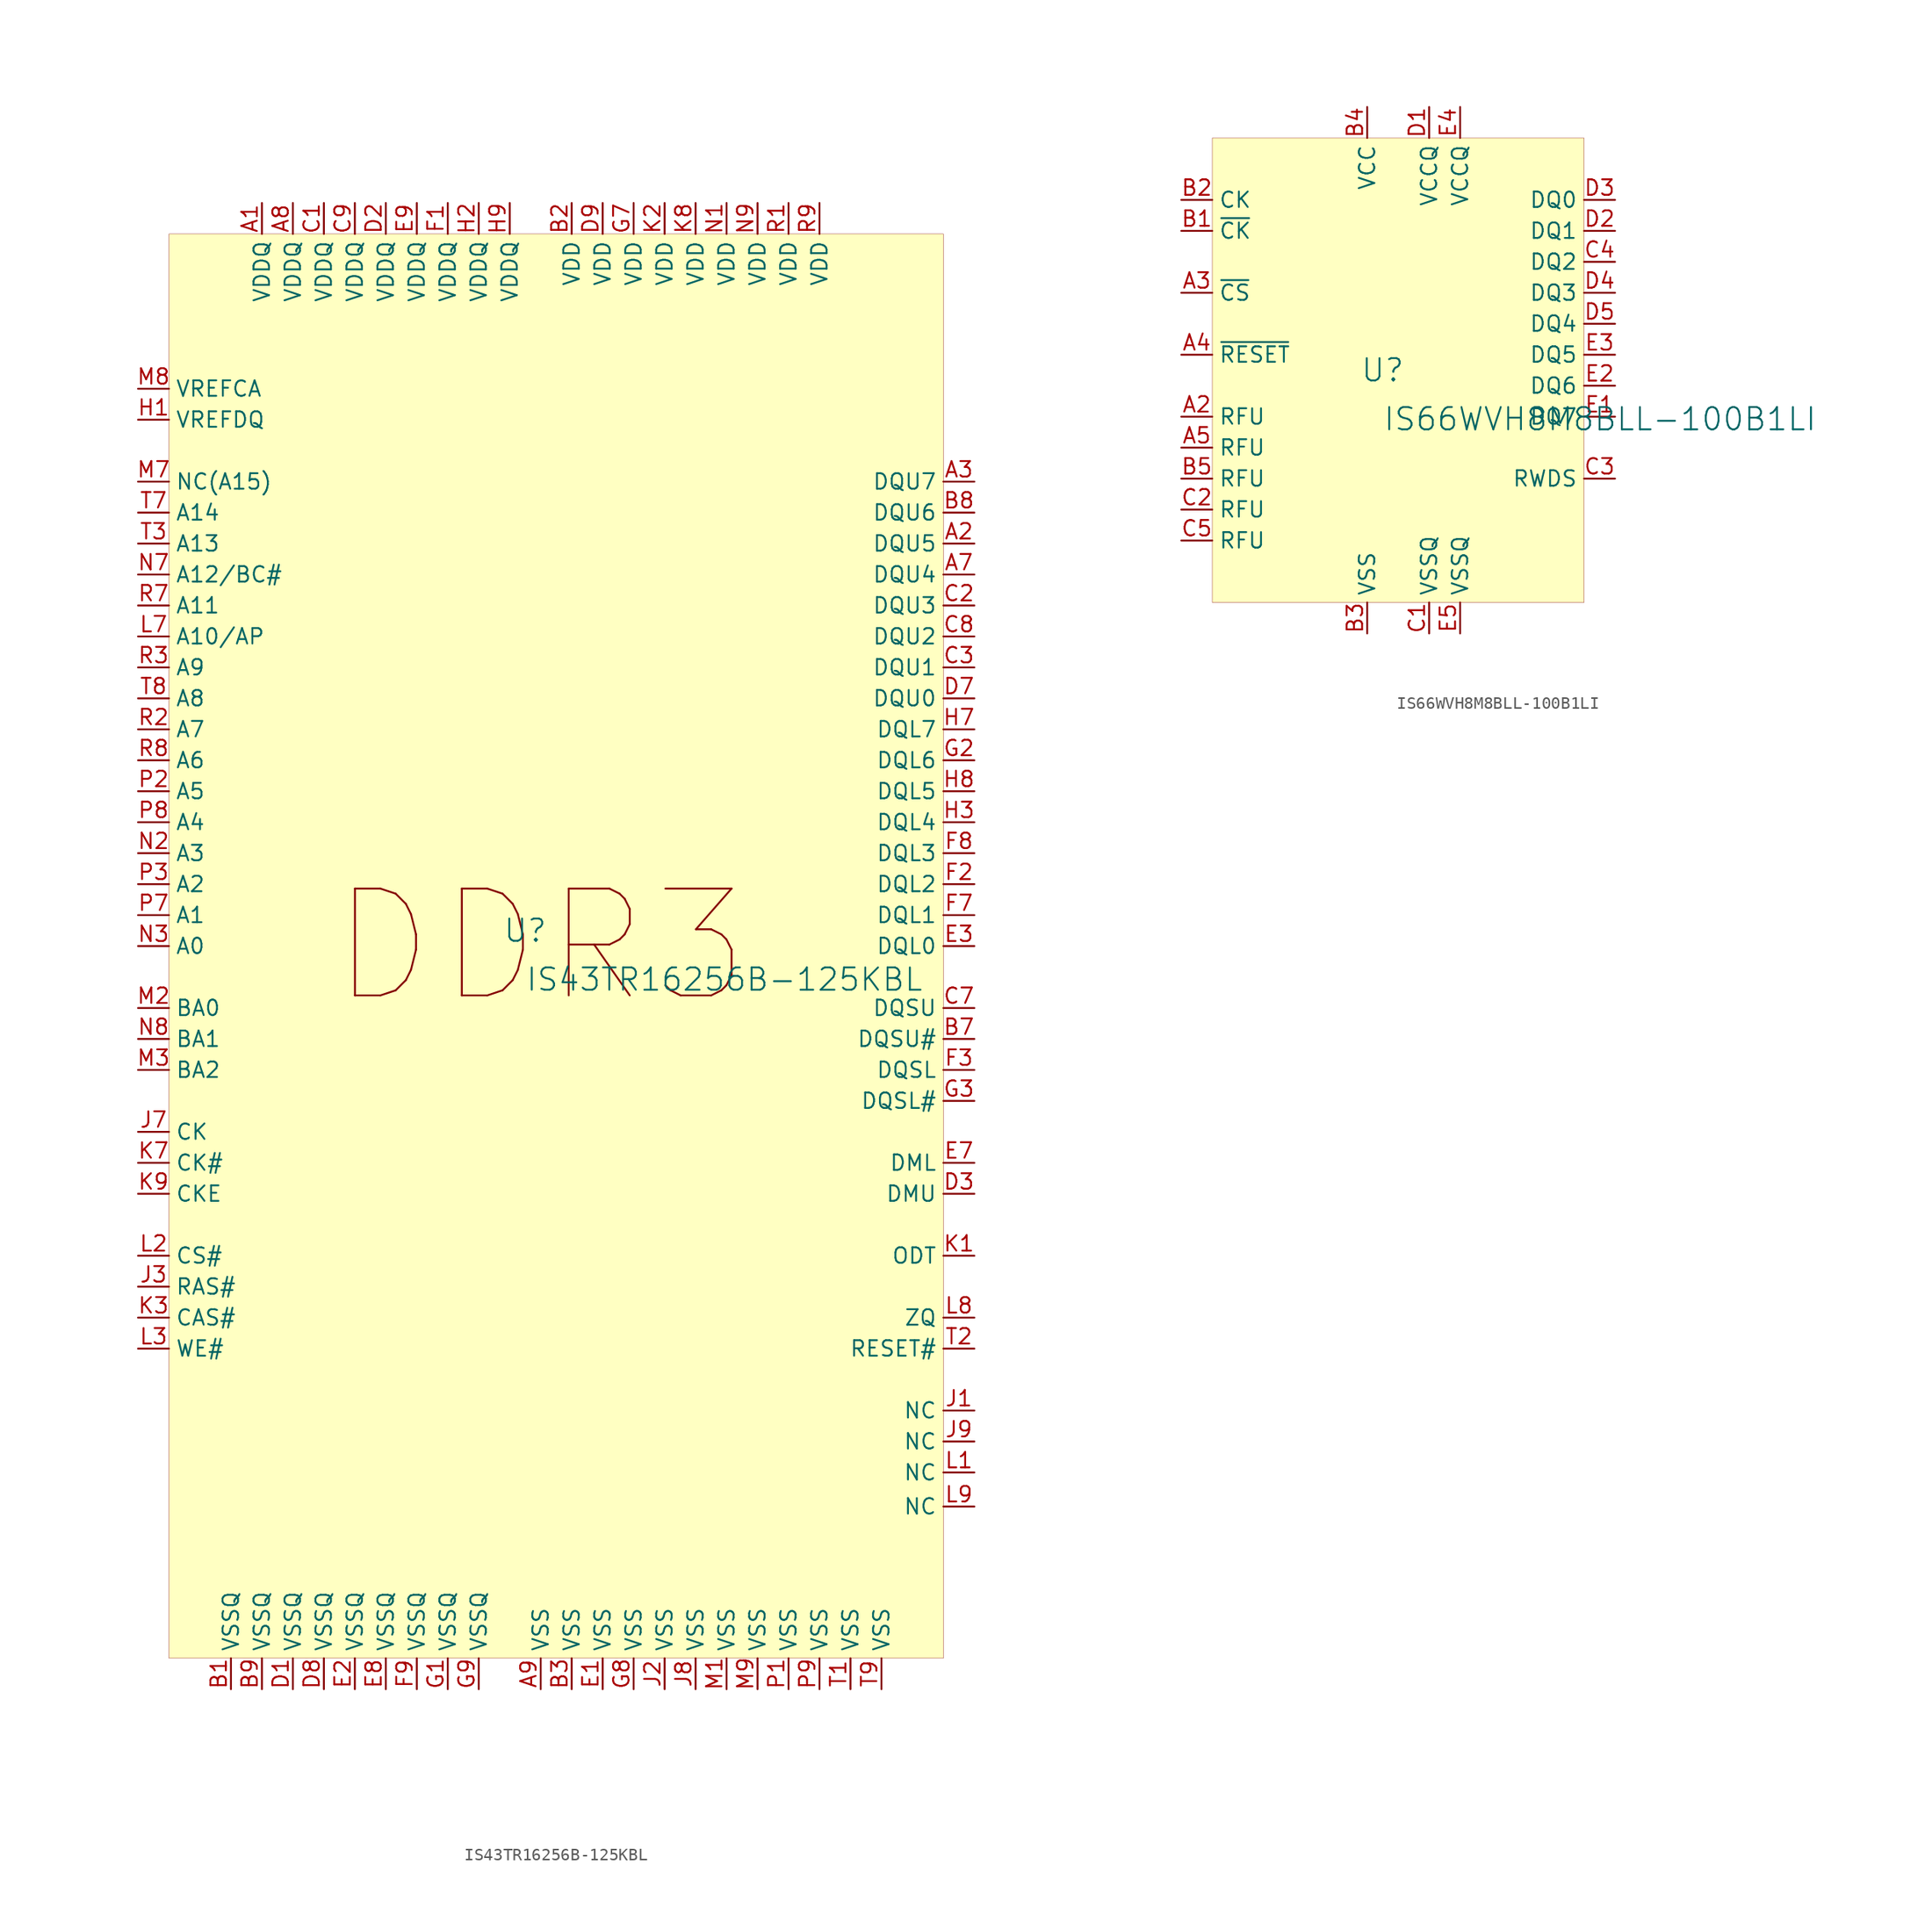
<source format=kicad_sym>
(kicad_symbol_lib
  (version 20231120)
  (generator "kicad_symbol_editor")
  (generator_version "8.0")
  (symbol "IS43TR16256B-125KBL"
    (property "Reference" "U"
      (at -1.27 1.27 0)
      (effects (font (size 1.829 1.829))))
    (property "Value" "IS43TR16256B-125KBL"
      (at -1.27 -3.81 0)
      (effects (font (size 1.829 1.829)) (justify left bottom)))
    (symbol "IS43TR16256B-125KBL_1_0"
      (rectangle (start 33.02 58.42) (end -30.48 -58.42) (stroke (width 0.025) (type solid) (color 128 0 0 1)) (fill (type background)))
      (text "DDR3" (at 0 0 0) (effects (font (size 8.763 8.763))))
      (pin passive line (at -22.86 60.96 270) (length 2.54) (name "VDDQ" (effects (font (size 1.27 1.27)))) (number "A1" (effects (font (size 1.27 1.27)))))
      (pin passive line (at 35.56 33.02 180) (length 2.54) (name "DQU5" (effects (font (size 1.27 1.27)))) (number "A2" (effects (font (size 1.27 1.27)))))
      (pin passive line (at 35.56 38.1 180) (length 2.54) (name "DQU7" (effects (font (size 1.27 1.27)))) (number "A3" (effects (font (size 1.27 1.27)))))
      (pin passive line (at 35.56 30.48 180) (length 2.54) (name "DQU4" (effects (font (size 1.27 1.27)))) (number "A7" (effects (font (size 1.27 1.27)))))
      (pin passive line (at -20.32 60.96 270) (length 2.54) (name "VDDQ" (effects (font (size 1.27 1.27)))) (number "A8" (effects (font (size 1.27 1.27)))))
      (pin passive line (at 0 -60.96 90) (length 2.54) (name "VSS" (effects (font (size 1.27 1.27)))) (number "A9" (effects (font (size 1.27 1.27)))))
      (pin passive line (at -25.4 -60.96 90) (length 2.54) (name "VSSQ" (effects (font (size 1.27 1.27)))) (number "B1" (effects (font (size 1.27 1.27)))))
      (pin passive line (at 2.54 60.96 270) (length 2.54) (name "VDD" (effects (font (size 1.27 1.27)))) (number "B2" (effects (font (size 1.27 1.27)))))
      (pin passive line (at 2.54 -60.96 90) (length 2.54) (name "VSS" (effects (font (size 1.27 1.27)))) (number "B3" (effects (font (size 1.27 1.27)))))
      (pin passive line (at 35.56 -7.62 180) (length 2.54) (name "DQSU#" (effects (font (size 1.27 1.27)))) (number "B7" (effects (font (size 1.27 1.27)))))
      (pin passive line (at 35.56 35.56 180) (length 2.54) (name "DQU6" (effects (font (size 1.27 1.27)))) (number "B8" (effects (font (size 1.27 1.27)))))
      (pin passive line (at -22.86 -60.96 90) (length 2.54) (name "VSSQ" (effects (font (size 1.27 1.27)))) (number "B9" (effects (font (size 1.27 1.27)))))
      (pin passive line (at -17.78 60.96 270) (length 2.54) (name "VDDQ" (effects (font (size 1.27 1.27)))) (number "C1" (effects (font (size 1.27 1.27)))))
      (pin passive line (at 35.56 27.94 180) (length 2.54) (name "DQU3" (effects (font (size 1.27 1.27)))) (number "C2" (effects (font (size 1.27 1.27)))))
      (pin passive line (at 35.56 22.86 180) (length 2.54) (name "DQU1" (effects (font (size 1.27 1.27)))) (number "C3" (effects (font (size 1.27 1.27)))))
      (pin passive line (at 35.56 -5.08 180) (length 2.54) (name "DQSU" (effects (font (size 1.27 1.27)))) (number "C7" (effects (font (size 1.27 1.27)))))
      (pin passive line (at 35.56 25.4 180) (length 2.54) (name "DQU2" (effects (font (size 1.27 1.27)))) (number "C8" (effects (font (size 1.27 1.27)))))
      (pin passive line (at -15.24 60.96 270) (length 2.54) (name "VDDQ" (effects (font (size 1.27 1.27)))) (number "C9" (effects (font (size 1.27 1.27)))))
      (pin passive line (at -20.32 -60.96 90) (length 2.54) (name "VSSQ" (effects (font (size 1.27 1.27)))) (number "D1" (effects (font (size 1.27 1.27)))))
      (pin passive line (at -12.7 60.96 270) (length 2.54) (name "VDDQ" (effects (font (size 1.27 1.27)))) (number "D2" (effects (font (size 1.27 1.27)))))
      (pin passive line (at 35.56 -20.32 180) (length 2.54) (name "DMU" (effects (font (size 1.27 1.27)))) (number "D3" (effects (font (size 1.27 1.27)))))
      (pin passive line (at 35.56 20.32 180) (length 2.54) (name "DQU0" (effects (font (size 1.27 1.27)))) (number "D7" (effects (font (size 1.27 1.27)))))
      (pin passive line (at -17.78 -60.96 90) (length 2.54) (name "VSSQ" (effects (font (size 1.27 1.27)))) (number "D8" (effects (font (size 1.27 1.27)))))
      (pin passive line (at 5.08 60.96 270) (length 2.54) (name "VDD" (effects (font (size 1.27 1.27)))) (number "D9" (effects (font (size 1.27 1.27)))))
      (pin passive line (at 5.08 -60.96 90) (length 2.54) (name "VSS" (effects (font (size 1.27 1.27)))) (number "E1" (effects (font (size 1.27 1.27)))))
      (pin passive line (at -15.24 -60.96 90) (length 2.54) (name "VSSQ" (effects (font (size 1.27 1.27)))) (number "E2" (effects (font (size 1.27 1.27)))))
      (pin passive line (at 35.56 0 180) (length 2.54) (name "DQL0" (effects (font (size 1.27 1.27)))) (number "E3" (effects (font (size 1.27 1.27)))))
      (pin passive line (at 35.56 -17.78 180) (length 2.54) (name "DML" (effects (font (size 1.27 1.27)))) (number "E7" (effects (font (size 1.27 1.27)))))
      (pin passive line (at -12.7 -60.96 90) (length 2.54) (name "VSSQ" (effects (font (size 1.27 1.27)))) (number "E8" (effects (font (size 1.27 1.27)))))
      (pin passive line (at -10.16 60.96 270) (length 2.54) (name "VDDQ" (effects (font (size 1.27 1.27)))) (number "E9" (effects (font (size 1.27 1.27)))))
      (pin passive line (at -7.62 60.96 270) (length 2.54) (name "VDDQ" (effects (font (size 1.27 1.27)))) (number "F1" (effects (font (size 1.27 1.27)))))
      (pin passive line (at 35.56 5.08 180) (length 2.54) (name "DQL2" (effects (font (size 1.27 1.27)))) (number "F2" (effects (font (size 1.27 1.27)))))
      (pin passive line (at 35.56 -10.16 180) (length 2.54) (name "DQSL" (effects (font (size 1.27 1.27)))) (number "F3" (effects (font (size 1.27 1.27)))))
      (pin passive line (at 35.56 2.54 180) (length 2.54) (name "DQL1" (effects (font (size 1.27 1.27)))) (number "F7" (effects (font (size 1.27 1.27)))))
      (pin passive line (at 35.56 7.62 180) (length 2.54) (name "DQL3" (effects (font (size 1.27 1.27)))) (number "F8" (effects (font (size 1.27 1.27)))))
      (pin passive line (at -10.16 -60.96 90) (length 2.54) (name "VSSQ" (effects (font (size 1.27 1.27)))) (number "F9" (effects (font (size 1.27 1.27)))))
      (pin passive line (at -7.62 -60.96 90) (length 2.54) (name "VSSQ" (effects (font (size 1.27 1.27)))) (number "G1" (effects (font (size 1.27 1.27)))))
      (pin passive line (at 35.56 15.24 180) (length 2.54) (name "DQL6" (effects (font (size 1.27 1.27)))) (number "G2" (effects (font (size 1.27 1.27)))))
      (pin passive line (at 35.56 -12.7 180) (length 2.54) (name "DQSL#" (effects (font (size 1.27 1.27)))) (number "G3" (effects (font (size 1.27 1.27)))))
      (pin passive line (at 7.62 60.96 270) (length 2.54) (name "VDD" (effects (font (size 1.27 1.27)))) (number "G7" (effects (font (size 1.27 1.27)))))
      (pin passive line (at 7.62 -60.96 90) (length 2.54) (name "VSS" (effects (font (size 1.27 1.27)))) (number "G8" (effects (font (size 1.27 1.27)))))
      (pin passive line (at -5.08 -60.96 90) (length 2.54) (name "VSSQ" (effects (font (size 1.27 1.27)))) (number "G9" (effects (font (size 1.27 1.27)))))
      (pin passive line (at -33.02 43.18 0) (length 2.54) (name "VREFDQ" (effects (font (size 1.27 1.27)))) (number "H1" (effects (font (size 1.27 1.27)))))
      (pin passive line (at -5.08 60.96 270) (length 2.54) (name "VDDQ" (effects (font (size 1.27 1.27)))) (number "H2" (effects (font (size 1.27 1.27)))))
      (pin passive line (at 35.56 10.16 180) (length 2.54) (name "DQL4" (effects (font (size 1.27 1.27)))) (number "H3" (effects (font (size 1.27 1.27)))))
      (pin passive line (at 35.56 17.78 180) (length 2.54) (name "DQL7" (effects (font (size 1.27 1.27)))) (number "H7" (effects (font (size 1.27 1.27)))))
      (pin passive line (at 35.56 12.7 180) (length 2.54) (name "DQL5" (effects (font (size 1.27 1.27)))) (number "H8" (effects (font (size 1.27 1.27)))))
      (pin passive line (at -2.54 60.96 270) (length 2.54) (name "VDDQ" (effects (font (size 1.27 1.27)))) (number "H9" (effects (font (size 1.27 1.27)))))
      (pin passive line (at 35.56 -38.1 180) (length 2.54) (name "NC" (effects (font (size 1.27 1.27)))) (number "J1" (effects (font (size 1.27 1.27)))))
      (pin passive line (at 10.16 -60.96 90) (length 2.54) (name "VSS" (effects (font (size 1.27 1.27)))) (number "J2" (effects (font (size 1.27 1.27)))))
      (pin passive line (at -33.02 -27.94 0) (length 2.54) (name "RAS#" (effects (font (size 1.27 1.27)))) (number "J3" (effects (font (size 1.27 1.27)))))
      (pin passive line (at -33.02 -15.24 0) (length 2.54) (name "CK" (effects (font (size 1.27 1.27)))) (number "J7" (effects (font (size 1.27 1.27)))))
      (pin passive line (at 12.7 -60.96 90) (length 2.54) (name "VSS" (effects (font (size 1.27 1.27)))) (number "J8" (effects (font (size 1.27 1.27)))))
      (pin passive line (at 35.56 -40.64 180) (length 2.54) (name "NC" (effects (font (size 1.27 1.27)))) (number "J9" (effects (font (size 1.27 1.27)))))
      (pin passive line (at 35.56 -25.4 180) (length 2.54) (name "ODT" (effects (font (size 1.27 1.27)))) (number "K1" (effects (font (size 1.27 1.27)))))
      (pin passive line (at 10.16 60.96 270) (length 2.54) (name "VDD" (effects (font (size 1.27 1.27)))) (number "K2" (effects (font (size 1.27 1.27)))))
      (pin passive line (at -33.02 -30.48 0) (length 2.54) (name "CAS#" (effects (font (size 1.27 1.27)))) (number "K3" (effects (font (size 1.27 1.27)))))
      (pin passive line (at -33.02 -17.78 0) (length 2.54) (name "CK#" (effects (font (size 1.27 1.27)))) (number "K7" (effects (font (size 1.27 1.27)))))
      (pin passive line (at 12.7 60.96 270) (length 2.54) (name "VDD" (effects (font (size 1.27 1.27)))) (number "K8" (effects (font (size 1.27 1.27)))))
      (pin passive line (at -33.02 -20.32 0) (length 2.54) (name "CKE" (effects (font (size 1.27 1.27)))) (number "K9" (effects (font (size 1.27 1.27)))))
      (pin passive line (at 35.56 -43.18 180) (length 2.54) (name "NC" (effects (font (size 1.27 1.27)))) (number "L1" (effects (font (size 1.27 1.27)))))
      (pin passive line (at -33.02 -25.4 0) (length 2.54) (name "CS#" (effects (font (size 1.27 1.27)))) (number "L2" (effects (font (size 1.27 1.27)))))
      (pin passive line (at -33.02 -33.02 0) (length 2.54) (name "WE#" (effects (font (size 1.27 1.27)))) (number "L3" (effects (font (size 1.27 1.27)))))
      (pin passive line (at -33.02 25.4 0) (length 2.54) (name "A10/AP" (effects (font (size 1.27 1.27)))) (number "L7" (effects (font (size 1.27 1.27)))))
      (pin passive line (at 35.56 -30.48 180) (length 2.54) (name "ZQ" (effects (font (size 1.27 1.27)))) (number "L8" (effects (font (size 1.27 1.27)))))
      (pin passive line (at 35.56 -45.974 180) (length 2.54) (name "NC" (effects (font (size 1.27 1.27)))) (number "L9" (effects (font (size 1.27 1.27)))))
      (pin passive line (at 15.24 -60.96 90) (length 2.54) (name "VSS" (effects (font (size 1.27 1.27)))) (number "M1" (effects (font (size 1.27 1.27)))))
      (pin passive line (at -33.02 -5.08 0) (length 2.54) (name "BA0" (effects (font (size 1.27 1.27)))) (number "M2" (effects (font (size 1.27 1.27)))))
      (pin passive line (at -33.02 -10.16 0) (length 2.54) (name "BA2" (effects (font (size 1.27 1.27)))) (number "M3" (effects (font (size 1.27 1.27)))))
      (pin passive line (at -33.02 38.1 0) (length 2.54) (name "NC(A15)" (effects (font (size 1.27 1.27)))) (number "M7" (effects (font (size 1.27 1.27)))))
      (pin passive line (at -33.02 45.72 0) (length 2.54) (name "VREFCA" (effects (font (size 1.27 1.27)))) (number "M8" (effects (font (size 1.27 1.27)))))
      (pin passive line (at 17.78 -60.96 90) (length 2.54) (name "VSS" (effects (font (size 1.27 1.27)))) (number "M9" (effects (font (size 1.27 1.27)))))
      (pin passive line (at 15.24 60.96 270) (length 2.54) (name "VDD" (effects (font (size 1.27 1.27)))) (number "N1" (effects (font (size 1.27 1.27)))))
      (pin passive line (at -33.02 7.62 0) (length 2.54) (name "A3" (effects (font (size 1.27 1.27)))) (number "N2" (effects (font (size 1.27 1.27)))))
      (pin passive line (at -33.02 0 0) (length 2.54) (name "A0" (effects (font (size 1.27 1.27)))) (number "N3" (effects (font (size 1.27 1.27)))))
      (pin passive line (at -33.02 30.48 0) (length 2.54) (name "A12/BC#" (effects (font (size 1.27 1.27)))) (number "N7" (effects (font (size 1.27 1.27)))))
      (pin passive line (at -33.02 -7.62 0) (length 2.54) (name "BA1" (effects (font (size 1.27 1.27)))) (number "N8" (effects (font (size 1.27 1.27)))))
      (pin passive line (at 17.78 60.96 270) (length 2.54) (name "VDD" (effects (font (size 1.27 1.27)))) (number "N9" (effects (font (size 1.27 1.27)))))
      (pin passive line (at 20.32 -60.96 90) (length 2.54) (name "VSS" (effects (font (size 1.27 1.27)))) (number "P1" (effects (font (size 1.27 1.27)))))
      (pin passive line (at -33.02 12.7 0) (length 2.54) (name "A5" (effects (font (size 1.27 1.27)))) (number "P2" (effects (font (size 1.27 1.27)))))
      (pin passive line (at -33.02 5.08 0) (length 2.54) (name "A2" (effects (font (size 1.27 1.27)))) (number "P3" (effects (font (size 1.27 1.27)))))
      (pin passive line (at -33.02 2.54 0) (length 2.54) (name "A1" (effects (font (size 1.27 1.27)))) (number "P7" (effects (font (size 1.27 1.27)))))
      (pin passive line (at -33.02 10.16 0) (length 2.54) (name "A4" (effects (font (size 1.27 1.27)))) (number "P8" (effects (font (size 1.27 1.27)))))
      (pin passive line (at 22.86 -60.96 90) (length 2.54) (name "VSS" (effects (font (size 1.27 1.27)))) (number "P9" (effects (font (size 1.27 1.27)))))
      (pin passive line (at 20.32 60.96 270) (length 2.54) (name "VDD" (effects (font (size 1.27 1.27)))) (number "R1" (effects (font (size 1.27 1.27)))))
      (pin passive line (at -33.02 17.78 0) (length 2.54) (name "A7" (effects (font (size 1.27 1.27)))) (number "R2" (effects (font (size 1.27 1.27)))))
      (pin passive line (at -33.02 22.86 0) (length 2.54) (name "A9" (effects (font (size 1.27 1.27)))) (number "R3" (effects (font (size 1.27 1.27)))))
      (pin passive line (at -33.02 27.94 0) (length 2.54) (name "A11" (effects (font (size 1.27 1.27)))) (number "R7" (effects (font (size 1.27 1.27)))))
      (pin passive line (at -33.02 15.24 0) (length 2.54) (name "A6" (effects (font (size 1.27 1.27)))) (number "R8" (effects (font (size 1.27 1.27)))))
      (pin passive line (at 22.86 60.96 270) (length 2.54) (name "VDD" (effects (font (size 1.27 1.27)))) (number "R9" (effects (font (size 1.27 1.27)))))
      (pin passive line (at 25.4 -60.96 90) (length 2.54) (name "VSS" (effects (font (size 1.27 1.27)))) (number "T1" (effects (font (size 1.27 1.27)))))
      (pin passive line (at 35.56 -33.02 180) (length 2.54) (name "RESET#" (effects (font (size 1.27 1.27)))) (number "T2" (effects (font (size 1.27 1.27)))))
      (pin passive line (at -33.02 33.02 0) (length 2.54) (name "A13" (effects (font (size 1.27 1.27)))) (number "T3" (effects (font (size 1.27 1.27)))))
      (pin passive line (at -33.02 35.56 0) (length 2.54) (name "A14" (effects (font (size 1.27 1.27)))) (number "T7" (effects (font (size 1.27 1.27)))))
      (pin passive line (at -33.02 20.32 0) (length 2.54) (name "A8" (effects (font (size 1.27 1.27)))) (number "T8" (effects (font (size 1.27 1.27)))))
      (pin passive line (at 27.94 -60.96 90) (length 2.54) (name "VSS" (effects (font (size 1.27 1.27)))) (number "T9" (effects (font (size 1.27 1.27)))))))
  (symbol "IS66WVH8M8BLL-100B1LI"
    (property "Reference" "U"
      (at -1.27 1.27 0)
      (effects (font (size 1.829 1.829))))
    (property "Value" "IS66WVH8M8BLL-100B1LI"
      (at -1.27 -3.81 0)
      (effects (font (size 1.829 1.829)) (justify left bottom)))
    (symbol "IS66WVH8M8BLL-100B1LI_1_0"
      (rectangle (start 15.24 20.32) (end -15.24 -17.78) (stroke (width 0.025) (type solid) (color 128 0 0 1)) (fill (type background)))
      (pin passive line (at -17.78 -2.54 0) (length 2.54) (name "RFU" (effects (font (size 1.27 1.27)))) (number "A2" (effects (font (size 1.27 1.27)))))
      (pin input line (at -17.78 7.62 0) (length 2.54) (name "~{CS}" (effects (font (size 1.27 1.27)))) (number "A3" (effects (font (size 1.27 1.27)))))
      (pin input line (at -17.78 2.54 0) (length 2.54) (name "~{RESET}" (effects (font (size 1.27 1.27)))) (number "A4" (effects (font (size 1.27 1.27)))))
      (pin passive line (at -17.78 -5.08 0) (length 2.54) (name "RFU" (effects (font (size 1.27 1.27)))) (number "A5" (effects (font (size 1.27 1.27)))))
      (pin input line (at -17.78 12.7 0) (length 2.54) (name "~{CK}" (effects (font (size 1.27 1.27)))) (number "B1" (effects (font (size 1.27 1.27)))))
      (pin input line (at -17.78 15.24 0) (length 2.54) (name "CK" (effects (font (size 1.27 1.27)))) (number "B2" (effects (font (size 1.27 1.27)))))
      (pin power_in line (at -2.54 -20.32 90) (length 2.54) (name "VSS" (effects (font (size 1.27 1.27)))) (number "B3" (effects (font (size 1.27 1.27)))))
      (pin power_in line (at -2.54 22.86 270) (length 2.54) (name "VCC" (effects (font (size 1.27 1.27)))) (number "B4" (effects (font (size 1.27 1.27)))))
      (pin passive line (at -17.78 -7.62 0) (length 2.54) (name "RFU" (effects (font (size 1.27 1.27)))) (number "B5" (effects (font (size 1.27 1.27)))))
      (pin power_in line (at 2.54 -20.32 90) (length 2.54) (name "VSSQ" (effects (font (size 1.27 1.27)))) (number "C1" (effects (font (size 1.27 1.27)))))
      (pin passive line (at -17.78 -10.16 0) (length 2.54) (name "RFU" (effects (font (size 1.27 1.27)))) (number "C2" (effects (font (size 1.27 1.27)))))
      (pin bidirectional line (at 17.78 -7.62 180) (length 2.54) (name "RWDS" (effects (font (size 1.27 1.27)))) (number "C3" (effects (font (size 1.27 1.27)))))
      (pin bidirectional line (at 17.78 10.16 180) (length 2.54) (name "DQ2" (effects (font (size 1.27 1.27)))) (number "C4" (effects (font (size 1.27 1.27)))))
      (pin passive line (at -17.78 -12.7 0) (length 2.54) (name "RFU" (effects (font (size 1.27 1.27)))) (number "C5" (effects (font (size 1.27 1.27)))))
      (pin power_in line (at 2.54 22.86 270) (length 2.54) (name "VCCQ" (effects (font (size 1.27 1.27)))) (number "D1" (effects (font (size 1.27 1.27)))))
      (pin bidirectional line (at 17.78 12.7 180) (length 2.54) (name "DQ1" (effects (font (size 1.27 1.27)))) (number "D2" (effects (font (size 1.27 1.27)))))
      (pin bidirectional line (at 17.78 15.24 180) (length 2.54) (name "DQ0" (effects (font (size 1.27 1.27)))) (number "D3" (effects (font (size 1.27 1.27)))))
      (pin bidirectional line (at 17.78 7.62 180) (length 2.54) (name "DQ3" (effects (font (size 1.27 1.27)))) (number "D4" (effects (font (size 1.27 1.27)))))
      (pin bidirectional line (at 17.78 5.08 180) (length 2.54) (name "DQ4" (effects (font (size 1.27 1.27)))) (number "D5" (effects (font (size 1.27 1.27)))))
      (pin bidirectional line (at 17.78 -2.54 180) (length 2.54) (name "DQ7" (effects (font (size 1.27 1.27)))) (number "E1" (effects (font (size 1.27 1.27)))))
      (pin bidirectional line (at 17.78 0 180) (length 2.54) (name "DQ6" (effects (font (size 1.27 1.27)))) (number "E2" (effects (font (size 1.27 1.27)))))
      (pin bidirectional line (at 17.78 2.54 180) (length 2.54) (name "DQ5" (effects (font (size 1.27 1.27)))) (number "E3" (effects (font (size 1.27 1.27)))))
      (pin power_in line (at 5.08 22.86 270) (length 2.54) (name "VCCQ" (effects (font (size 1.27 1.27)))) (number "E4" (effects (font (size 1.27 1.27)))))
      (pin power_in line (at 5.08 -20.32 90) (length 2.54) (name "VSSQ" (effects (font (size 1.27 1.27)))) (number "E5" (effects (font (size 1.27 1.27))))))))
</source>
